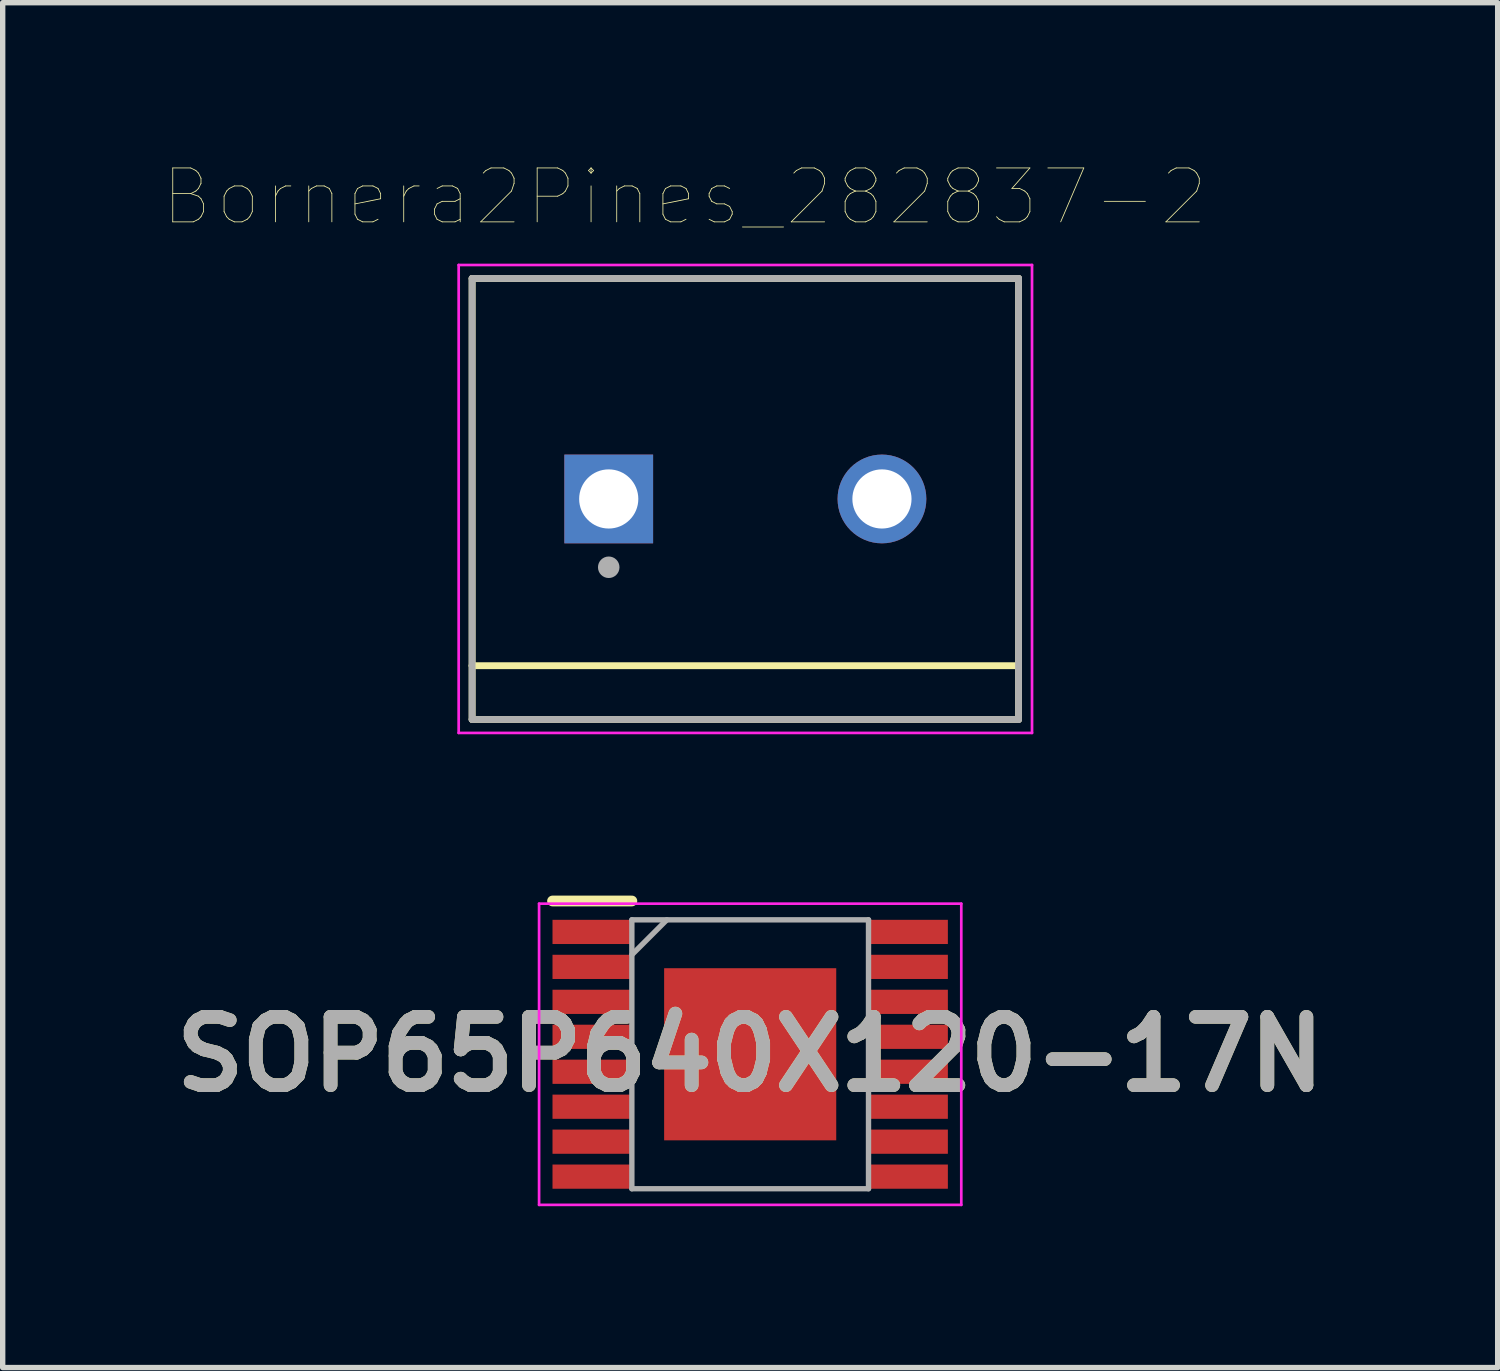
<source format=kicad_pcb>
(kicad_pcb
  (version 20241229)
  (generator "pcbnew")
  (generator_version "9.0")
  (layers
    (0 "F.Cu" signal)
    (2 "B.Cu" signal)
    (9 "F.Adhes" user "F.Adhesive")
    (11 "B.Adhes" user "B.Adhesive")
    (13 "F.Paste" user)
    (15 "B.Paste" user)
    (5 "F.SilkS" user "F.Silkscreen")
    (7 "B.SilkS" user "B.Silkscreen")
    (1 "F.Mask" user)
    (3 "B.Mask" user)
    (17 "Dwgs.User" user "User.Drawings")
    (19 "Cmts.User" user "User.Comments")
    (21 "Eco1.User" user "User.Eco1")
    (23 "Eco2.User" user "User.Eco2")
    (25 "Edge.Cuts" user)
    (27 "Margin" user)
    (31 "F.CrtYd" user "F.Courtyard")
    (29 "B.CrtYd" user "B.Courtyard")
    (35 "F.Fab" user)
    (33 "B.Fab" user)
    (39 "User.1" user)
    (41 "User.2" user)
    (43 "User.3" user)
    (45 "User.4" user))
  (footprint "Bornera2Pines_282837-2"
    (layer "F.Cu")
    (at 10.808 6.227)
    (property "Reference" "Bornera2Pines_282837-2" (at -1.127 -5.615 0) (layer "F.SilkS") (effects (font (size 1.002 1.002) (thickness 0.015))))
    (attr through_hole)
    (fp_line (start -5.08 -4.1) (end 5.08 -4.1) (stroke (width 0.127) (type solid)) (layer "F.SilkS"))
    (fp_line (start -5.08 3.1) (end -5.08 -4.1) (stroke (width 0.127) (type solid)) (layer "F.SilkS"))
    (fp_line (start -5.08 3.1) (end 5.08 3.1) (stroke (width 0.127) (type solid)) (layer "F.SilkS"))
    (fp_line (start -5.08 4.1) (end -5.08 3.1) (stroke (width 0.127) (type solid)) (layer "F.SilkS"))
    (fp_line (start 5.08 -4.1) (end 5.08 3.1) (stroke (width 0.127) (type solid)) (layer "F.SilkS"))
    (fp_line (start 5.08 3.1) (end 5.08 4.1) (stroke (width 0.127) (type solid)) (layer "F.SilkS"))
    (fp_line (start 5.08 4.1) (end -5.08 4.1) (stroke (width 0.127) (type solid)) (layer "F.SilkS"))
    (fp_line (start -5.33 -4.35) (end 5.33 -4.35) (stroke (width 0.05) (type solid)) (layer "F.CrtYd"))
    (fp_line (start -5.33 4.35) (end -5.33 -4.35) (stroke (width 0.05) (type solid)) (layer "F.CrtYd"))
    (fp_line (start 5.33 -4.35) (end 5.33 4.35) (stroke (width 0.05) (type solid)) (layer "F.CrtYd"))
    (fp_line (start 5.33 4.35) (end -5.33 4.35) (stroke (width 0.05) (type solid)) (layer "F.CrtYd"))
    (fp_line (start -5.08 -4.1) (end 5.08 -4.1) (stroke (width 0.127) (type solid)) (layer "F.Fab"))
    (fp_line (start -5.08 4.1) (end -5.08 -4.1) (stroke (width 0.127) (type solid)) (layer "F.Fab"))
    (fp_line (start 5.08 -4.1) (end 5.08 4.1) (stroke (width 0.127) (type solid)) (layer "F.Fab"))
    (fp_line (start 5.08 4.1) (end -5.08 4.1) (stroke (width 0.127) (type solid)) (layer "F.Fab"))
    (fp_circle (center -2.54 1.27) (end -2.44 1.27) (stroke (width 0.2) (type solid)) (fill no) (layer "F.Fab"))
    (pad "1" thru_hole rect (at -2.54 0) (size 1.65 1.65) (drill 1.1) (layers "*.Cu" "*.Mask"))
    (pad "2" thru_hole circle (at 2.54 0) (size 1.65 1.65) (drill 1.1) (layers "*.Cu" "*.Mask")))
  (footprint "SOP65P640X120-17N"
    (layer "F.Cu")
    (at 10.898 16.552)
    (property "Reference" "SOP65P640X120-17N" (at 0 0 0) (layer "F.SilkS") (effects (font (size 1.27 1.27) (thickness 0.254))))
    (attr smd)
    (fp_line (start -3.675 -2.85) (end -2.2 -2.85) (stroke (width 0.2) (type solid)) (layer "F.SilkS"))
    (fp_line (start -3.925 -2.8) (end 3.925 -2.8) (stroke (width 0.05) (type solid)) (layer "F.CrtYd"))
    (fp_line (start -3.925 2.8) (end -3.925 -2.8) (stroke (width 0.05) (type solid)) (layer "F.CrtYd"))
    (fp_line (start 3.925 -2.8) (end 3.925 2.8) (stroke (width 0.05) (type solid)) (layer "F.CrtYd"))
    (fp_line (start 3.925 2.8) (end -3.925 2.8) (stroke (width 0.05) (type solid)) (layer "F.CrtYd"))
    (fp_line (start -2.2 -2.5) (end 2.2 -2.5) (stroke (width 0.1) (type solid)) (layer "F.Fab"))
    (fp_line (start -2.2 -1.85) (end -1.55 -2.5) (stroke (width 0.1) (type solid)) (layer "F.Fab"))
    (fp_line (start -2.2 2.5) (end -2.2 -2.5) (stroke (width 0.1) (type solid)) (layer "F.Fab"))
    (fp_line (start 2.2 -2.5) (end 2.2 2.5) (stroke (width 0.1) (type solid)) (layer "F.Fab"))
    (fp_line (start 2.2 2.5) (end -2.2 2.5) (stroke (width 0.1) (type solid)) (layer "F.Fab"))
    (fp_text user "${REFERENCE}" (at 0 0 0) (layer "F.Fab") (effects (font (size 1.27 1.27) (thickness 0.254))))
    (pad "1" smd rect (at -2.938 -2.275 90) (size 0.45 1.475) (layers "F.Cu" "F.Mask" "F.Paste"))
    (pad "2" smd rect (at -2.938 -1.625 90) (size 0.45 1.475) (layers "F.Cu" "F.Mask" "F.Paste"))
    (pad "3" smd rect (at -2.938 -0.975 90) (size 0.45 1.475) (layers "F.Cu" "F.Mask" "F.Paste"))
    (pad "4" smd rect (at -2.938 -0.325 90) (size 0.45 1.475) (layers "F.Cu" "F.Mask" "F.Paste"))
    (pad "5" smd rect (at -2.938 0.325 90) (size 0.45 1.475) (layers "F.Cu" "F.Mask" "F.Paste"))
    (pad "6" smd rect (at -2.938 0.975 90) (size 0.45 1.475) (layers "F.Cu" "F.Mask" "F.Paste"))
    (pad "7" smd rect (at -2.938 1.625 90) (size 0.45 1.475) (layers "F.Cu" "F.Mask" "F.Paste"))
    (pad "8" smd rect (at -2.938 2.275 90) (size 0.45 1.475) (layers "F.Cu" "F.Mask" "F.Paste"))
    (pad "9" smd rect (at 2.938 2.275 90) (size 0.45 1.475) (layers "F.Cu" "F.Mask" "F.Paste"))
    (pad "10" smd rect (at 2.938 1.625 90) (size 0.45 1.475) (layers "F.Cu" "F.Mask" "F.Paste"))
    (pad "11" smd rect (at 2.938 0.975 90) (size 0.45 1.475) (layers "F.Cu" "F.Mask" "F.Paste"))
    (pad "12" smd rect (at 2.938 0.325 90) (size 0.45 1.475) (layers "F.Cu" "F.Mask" "F.Paste"))
    (pad "13" smd rect (at 2.938 -0.325 90) (size 0.45 1.475) (layers "F.Cu" "F.Mask" "F.Paste"))
    (pad "14" smd rect (at 2.938 -0.975 90) (size 0.45 1.475) (layers "F.Cu" "F.Mask" "F.Paste"))
    (pad "15" smd rect (at 2.938 -1.625 90) (size 0.45 1.475) (layers "F.Cu" "F.Mask" "F.Paste"))
    (pad "16" smd rect (at 2.938 -2.275 90) (size 0.45 1.475) (layers "F.Cu" "F.Mask" "F.Paste"))
    (pad "17" smd rect (at 0 0) (size 3.2 3.2) (layers "F.Cu" "F.Mask" "F.Paste")))
  (gr_rect
    (start -3 -3)
    (end 24.796 22.377)
    (stroke (width 0.1) (type default))
    (fill no)
    (layer "Edge.Cuts")))
</source>
